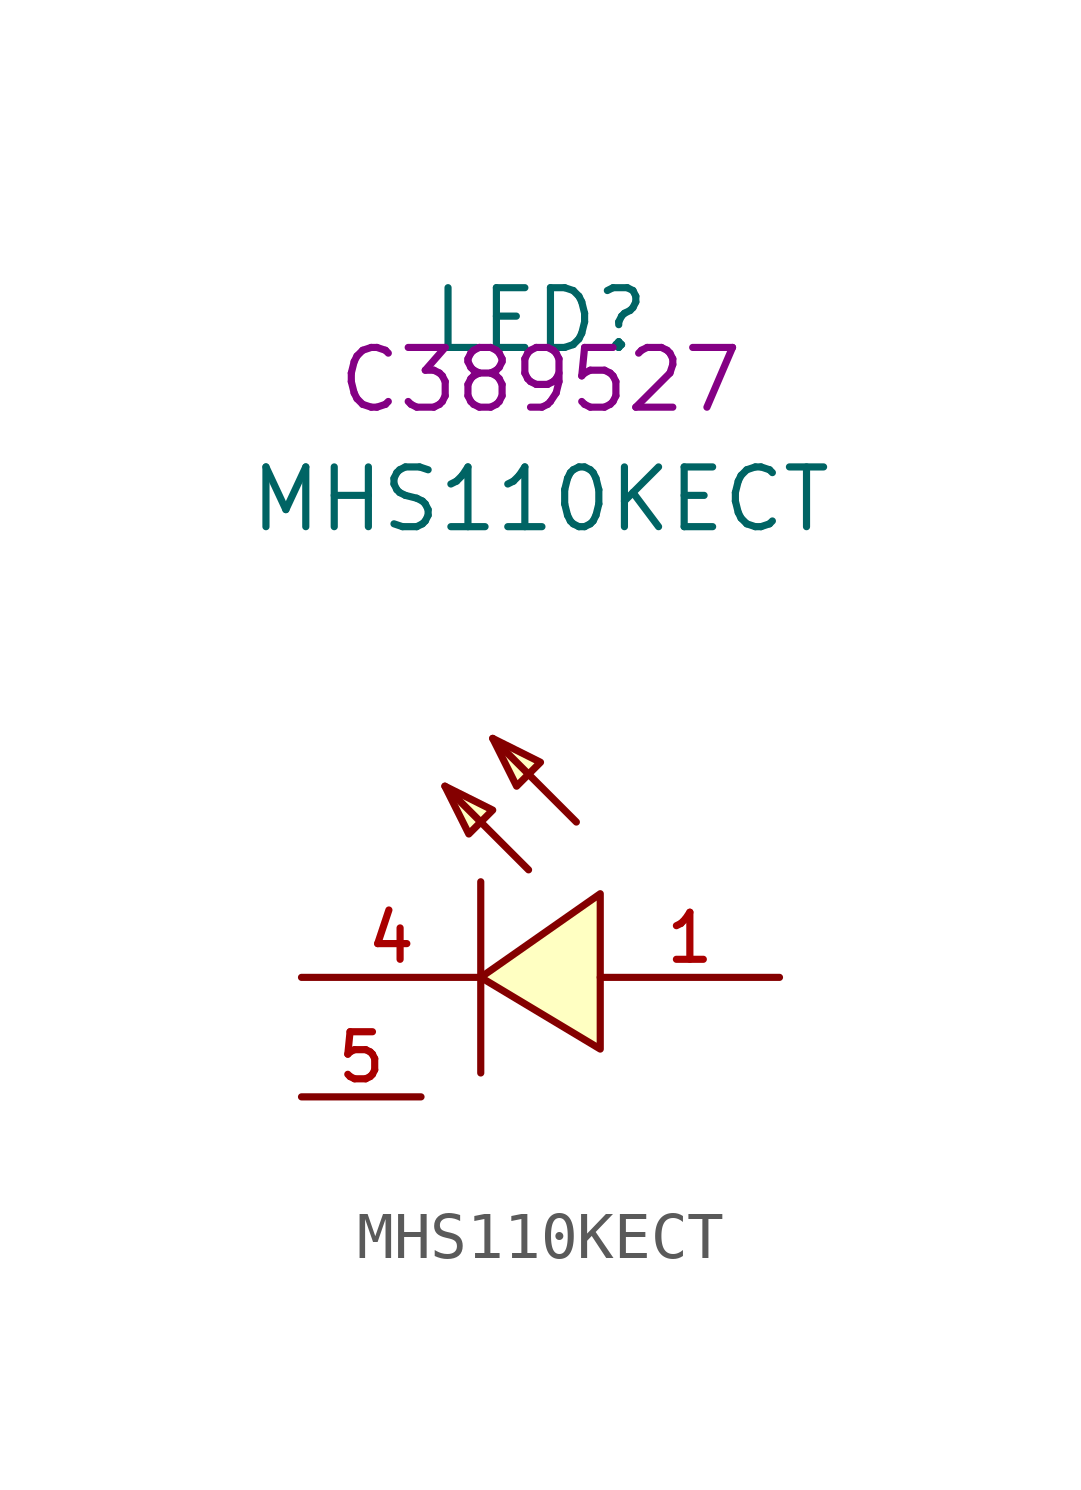
<source format=kicad_sym>
(kicad_symbol_lib
  (version 20210201)
  (generator TousstNicolas/JLC2KiCad_lib)
  (symbol "MHS110KECT"
    (pin_names hide)
    (property "Reference" "LED"
      (at 0 1.27 0)
      (effects (font (size 1.27 1.27))))
    (property "Value" "MHS110KECT"
      (at 0 -2.54 0)
      (effects (font (size 1.27 1.27))))
    (property "LCSC" "C389527"
      (at 0 0 0)
      (effects (font (size 1.27 1.27))))
    (symbol "MHS110KECT_0_0"
      (polyline (pts (xy -2.032 -8.636) (xy -1.016 -9.144) (xy -1.524 -9.652) (xy -2.032 -8.636)) (stroke (width 0) (type default) (color 0 0 0 0)) (fill (type background)))
      (polyline (pts (xy -1.016 -7.62) (xy 0.0 -8.128) (xy -0.508 -8.636) (xy -1.016 -7.62)) (stroke (width 0) (type default) (color 0 0 0 0)) (fill (type background)))
      (pin unspecified line (at -5.08 -12.7 0) (length 3.81) (name "-" (effects (font (size 1 1)))) (number "4" (effects (font (size 1 1)))))
      (polyline (pts (xy -0.254 -10.414) (xy -2.032 -8.636)) (stroke (width 0) (type default) (color 0 0 0 0)) (fill (type none)))
      (polyline (pts (xy 0.762 -9.398) (xy -1.016 -7.62)) (stroke (width 0) (type default) (color 0 0 0 0)) (fill (type none)))
      (pin unspecified line (at 5.08 -12.7 180) (length 3.81) (name "+" (effects (font (size 1 1)))) (number "1" (effects (font (size 1 1)))))
      (polyline (pts (xy -1.27 -10.668) (xy -1.27 -14.732)) (stroke (width 0) (type default) (color 0 0 0 0)) (fill (type none)))
      (polyline (pts (xy 1.27 -14.224) (xy -1.27 -12.7) (xy 1.27 -10.922) (xy 1.27 -14.224)) (stroke (width 0) (type default) (color 0 0 0 0)) (fill (type background)))
      (pin unspecified line (at -5.08 -15.24 0) (length 2.54) (name "5" (effects (font (size 1 1)))) (number "5" (effects (font (size 1 1))))))))
</source>
